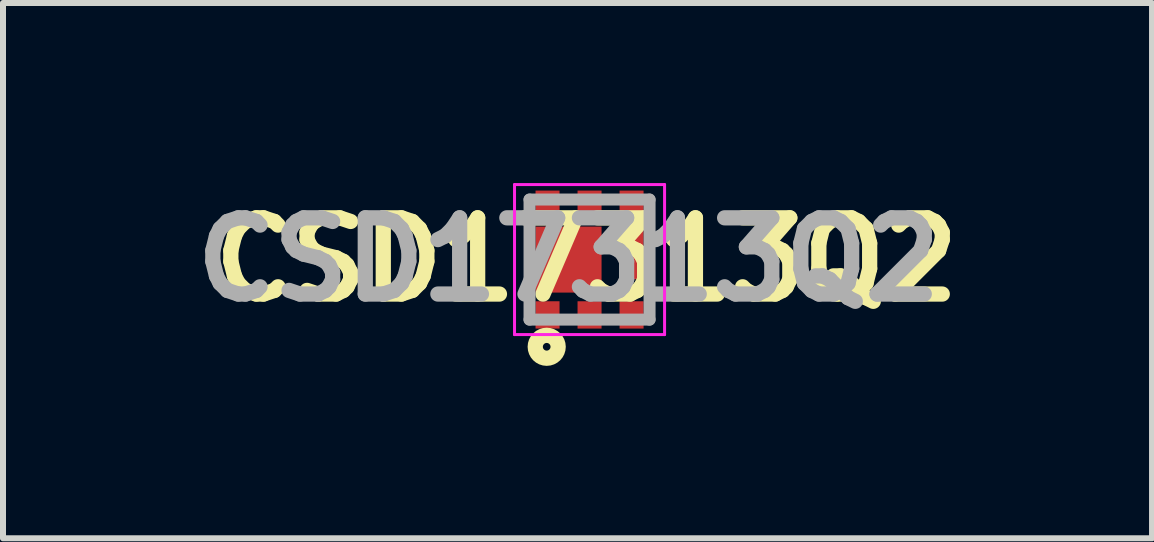
<source format=kicad_pcb>
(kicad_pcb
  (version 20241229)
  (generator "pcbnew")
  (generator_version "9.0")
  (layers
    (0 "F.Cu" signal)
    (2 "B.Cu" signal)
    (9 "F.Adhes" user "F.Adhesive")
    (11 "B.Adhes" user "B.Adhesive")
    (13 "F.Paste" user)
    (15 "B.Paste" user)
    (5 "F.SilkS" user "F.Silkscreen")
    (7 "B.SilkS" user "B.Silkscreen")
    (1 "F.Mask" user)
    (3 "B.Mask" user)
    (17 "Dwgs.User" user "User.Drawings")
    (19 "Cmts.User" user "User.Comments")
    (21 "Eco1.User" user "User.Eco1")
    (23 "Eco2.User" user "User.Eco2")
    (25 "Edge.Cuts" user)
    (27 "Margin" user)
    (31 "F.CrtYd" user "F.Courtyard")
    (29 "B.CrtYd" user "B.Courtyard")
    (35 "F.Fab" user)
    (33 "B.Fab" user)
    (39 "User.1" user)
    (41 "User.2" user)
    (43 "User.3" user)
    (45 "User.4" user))
  (footprint "CSD17313Q2"
    (layer "F.Cu")
    (at 6.773 1.275)
    (property "Reference" "CSD17313Q2" (at -0.05 0 0) (layer "F.SilkS") (effects (font (size 1.27 1.27) (thickness 0.254))))
    (attr smd)
    (fp_circle (center -0.714 1.453) (end -0.714 1.517) (stroke (width 0.254) (type solid)) (fill no) (layer "F.SilkS"))
    (fp_line (start -1.25 -1.25) (end 1.25 -1.25) (stroke (width 0.05) (type solid)) (layer "F.CrtYd"))
    (fp_line (start -1.25 1.25) (end -1.25 -1.25) (stroke (width 0.05) (type solid)) (layer "F.CrtYd"))
    (fp_line (start 1.25 -1.25) (end 1.25 1.25) (stroke (width 0.05) (type solid)) (layer "F.CrtYd"))
    (fp_line (start 1.25 1.25) (end -1.25 1.25) (stroke (width 0.05) (type solid)) (layer "F.CrtYd"))
    (fp_line (start -1 -1) (end 1 -1) (stroke (width 0.2) (type solid)) (layer "F.Fab"))
    (fp_line (start -1 1) (end -1 -1) (stroke (width 0.2) (type solid)) (layer "F.Fab"))
    (fp_line (start 1 -1) (end 1 1) (stroke (width 0.2) (type solid)) (layer "F.Fab"))
    (fp_line (start 1 1) (end -1 1) (stroke (width 0.2) (type solid)) (layer "F.Fab"))
    (fp_text user "${REFERENCE}" (at -0.35 0 0) (layer "F.Fab") (effects (font (size 1.27 1.27) (thickness 0.254))))
    (pad "1" smd rect (at -0.7 0.922) (size 0.4 0.455) (layers "F.Cu" "F.Mask" "F.Paste"))
    (pad "2" smd rect (at 0 0.922) (size 0.4 0.455) (layers "F.Cu" "F.Mask" "F.Paste"))
    (pad "3" smd rect (at 0.7 0.922) (size 0.4 0.455) (layers "F.Cu" "F.Mask" "F.Paste"))
    (pad "4" smd rect (at 0.7 -0.922) (size 0.4 0.455) (layers "F.Cu" "F.Mask" "F.Paste"))
    (pad "5" smd rect (at 0 -0.922) (size 0.4 0.455) (layers "F.Cu" "F.Mask" "F.Paste"))
    (pad "6" smd rect (at -0.7 -0.922) (size 0.4 0.455) (layers "F.Cu" "F.Mask" "F.Paste"))
    (pad "7" smd rect (at 0.7 -0.096) (size 0.4 0.85) (layers "F.Cu" "F.Mask" "F.Paste"))
    (pad "8" smd rect (at -0.35 0 90) (size 1.1 1.1) (layers "F.Cu" "F.Mask" "F.Paste")))
  (gr_rect
    (start -3 -3)
    (end 16.145 5.919)
    (stroke (width 0.1) (type default))
    (fill no)
    (layer "Edge.Cuts")))
</source>
